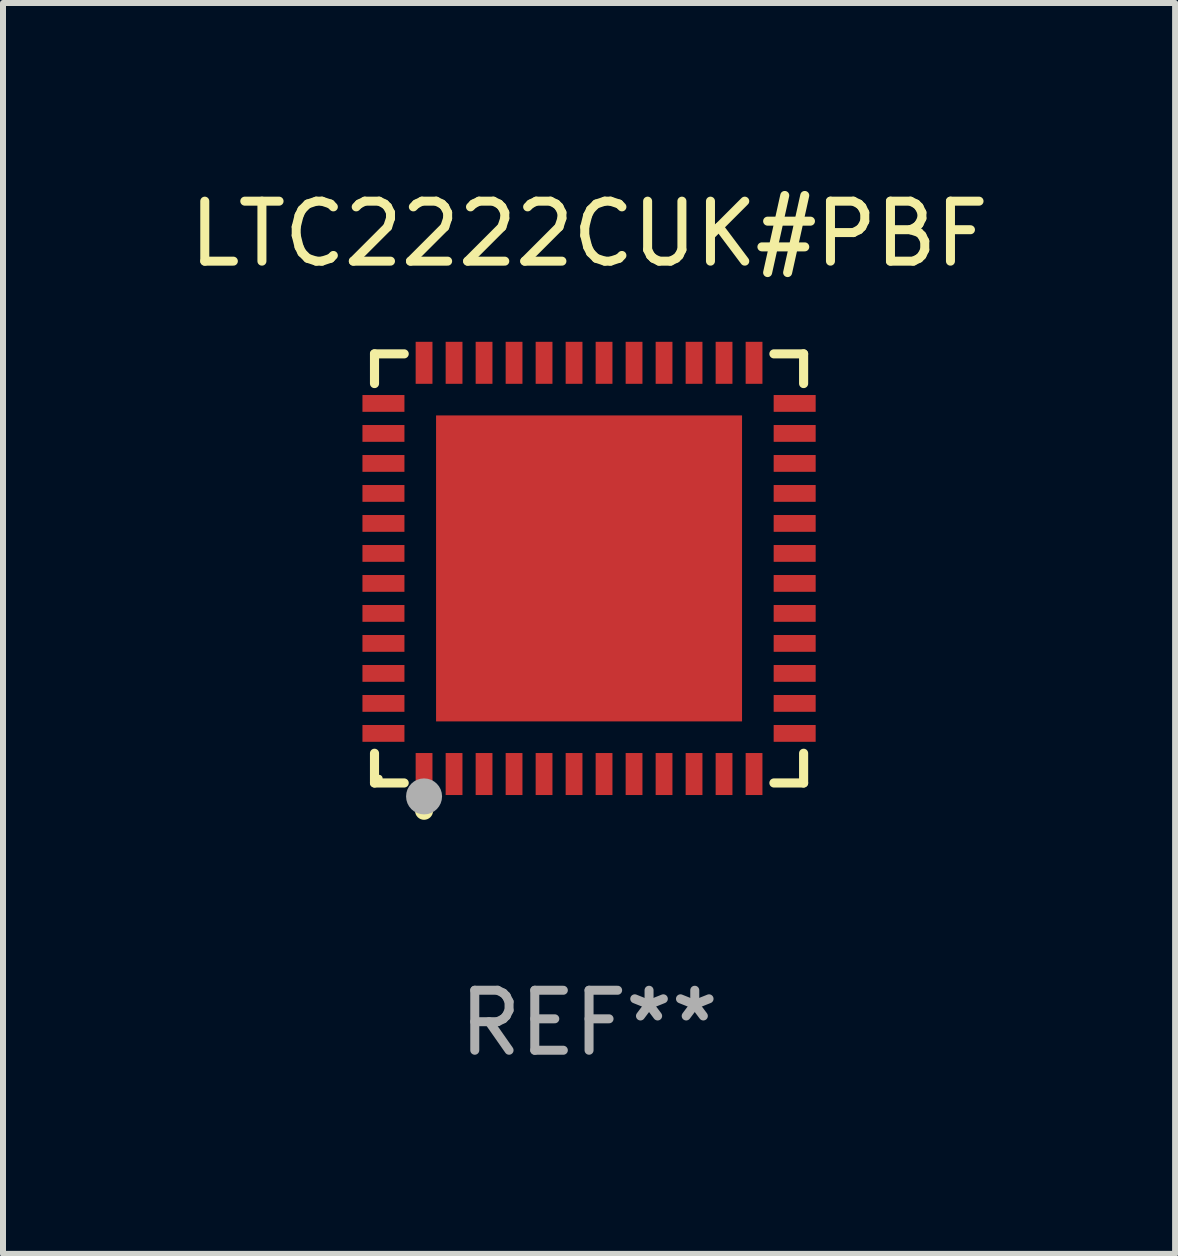
<source format=kicad_pcb>
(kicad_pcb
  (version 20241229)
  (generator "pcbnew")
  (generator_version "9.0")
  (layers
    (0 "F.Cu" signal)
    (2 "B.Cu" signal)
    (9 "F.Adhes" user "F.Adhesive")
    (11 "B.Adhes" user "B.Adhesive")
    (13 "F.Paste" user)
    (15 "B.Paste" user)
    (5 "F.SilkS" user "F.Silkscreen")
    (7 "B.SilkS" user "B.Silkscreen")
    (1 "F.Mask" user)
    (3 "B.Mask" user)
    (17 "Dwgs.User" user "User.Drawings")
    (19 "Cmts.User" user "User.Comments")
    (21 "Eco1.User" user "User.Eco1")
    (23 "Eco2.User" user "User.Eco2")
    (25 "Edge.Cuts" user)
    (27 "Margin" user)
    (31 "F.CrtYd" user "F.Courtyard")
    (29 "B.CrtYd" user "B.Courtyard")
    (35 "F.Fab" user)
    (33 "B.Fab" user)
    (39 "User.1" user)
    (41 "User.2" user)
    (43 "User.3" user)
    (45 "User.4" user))
  (footprint "LTC2222CUK#PBF"
    (layer "F.Cu")
    (at 6.768 6.424)
    (property "Reference" "LTC2222CUK#PBF" (at 0 -5.576 0) (layer "F.SilkS") (effects (font (size 1 1) (thickness 0.15))))
    (attr through_hole)
    (fp_line (start -3.576 -3.576) (end -3.081 -3.576) (stroke (width 0.152) (type solid)) (layer "F.SilkS"))
    (fp_line (start -3.576 -3.081) (end -3.576 -3.576) (stroke (width 0.152) (type solid)) (layer "F.SilkS"))
    (fp_line (start -3.576 3.081) (end -3.576 3.576) (stroke (width 0.152) (type solid)) (layer "F.SilkS"))
    (fp_line (start -3.576 3.576) (end -3.081 3.576) (stroke (width 0.152) (type solid)) (layer "F.SilkS"))
    (fp_line (start 3.576 -3.576) (end 3.081 -3.576) (stroke (width 0.152) (type solid)) (layer "F.SilkS"))
    (fp_line (start 3.576 -3.081) (end 3.576 -3.576) (stroke (width 0.152) (type solid)) (layer "F.SilkS"))
    (fp_line (start 3.576 3.081) (end 3.576 3.576) (stroke (width 0.152) (type solid)) (layer "F.SilkS"))
    (fp_line (start 3.576 3.576) (end 3.081 3.576) (stroke (width 0.152) (type solid)) (layer "F.SilkS"))
    (fp_circle (center -3.5 3.5) (end -3.47 3.5) (stroke (width 0.06) (type solid)) (fill no) (layer "F.SilkS"))
    (fp_circle (center -2.75 4.04) (end -2.675 4.04) (stroke (width 0.15) (type solid)) (fill no) (layer "F.SilkS"))
    (fp_circle (center -2.75 3.8) (end -2.6 3.8) (stroke (width 0.3) (type solid)) (fill no) (layer "F.Fab"))
    (fp_text user "REF**" (at 0 7.576 0) (layer "F.Fab") (effects (font (size 1 1) (thickness 0.15))))
    (pad "1" smd rect (at -2.75 3.427) (size 0.28 0.7) (layers "F.Cu" "F.Mask" "F.Paste"))
    (pad "2" smd rect (at -2.25 3.427) (size 0.28 0.7) (layers "F.Cu" "F.Mask" "F.Paste"))
    (pad "3" smd rect (at -1.75 3.427) (size 0.28 0.7) (layers "F.Cu" "F.Mask" "F.Paste"))
    (pad "4" smd rect (at -1.25 3.427) (size 0.28 0.7) (layers "F.Cu" "F.Mask" "F.Paste"))
    (pad "5" smd rect (at -0.75 3.427) (size 0.28 0.7) (layers "F.Cu" "F.Mask" "F.Paste"))
    (pad "6" smd rect (at -0.25 3.427) (size 0.28 0.7) (layers "F.Cu" "F.Mask" "F.Paste"))
    (pad "7" smd rect (at 0.25 3.427) (size 0.28 0.7) (layers "F.Cu" "F.Mask" "F.Paste"))
    (pad "8" smd rect (at 0.75 3.427) (size 0.28 0.7) (layers "F.Cu" "F.Mask" "F.Paste"))
    (pad "9" smd rect (at 1.25 3.427) (size 0.28 0.7) (layers "F.Cu" "F.Mask" "F.Paste"))
    (pad "10" smd rect (at 1.75 3.427) (size 0.28 0.7) (layers "F.Cu" "F.Mask" "F.Paste"))
    (pad "11" smd rect (at 2.25 3.427) (size 0.28 0.7) (layers "F.Cu" "F.Mask" "F.Paste"))
    (pad "12" smd rect (at 2.75 3.427) (size 0.28 0.7) (layers "F.Cu" "F.Mask" "F.Paste"))
    (pad "13" smd rect (at 3.427 2.75) (size 0.7 0.28) (layers "F.Cu" "F.Mask" "F.Paste"))
    (pad "14" smd rect (at 3.427 2.25) (size 0.7 0.28) (layers "F.Cu" "F.Mask" "F.Paste"))
    (pad "15" smd rect (at 3.427 1.75) (size 0.7 0.28) (layers "F.Cu" "F.Mask" "F.Paste"))
    (pad "16" smd rect (at 3.427 1.25) (size 0.7 0.28) (layers "F.Cu" "F.Mask" "F.Paste"))
    (pad "17" smd rect (at 3.427 0.75) (size 0.7 0.28) (layers "F.Cu" "F.Mask" "F.Paste"))
    (pad "18" smd rect (at 3.427 0.25) (size 0.7 0.28) (layers "F.Cu" "F.Mask" "F.Paste"))
    (pad "19" smd rect (at 3.427 -0.25) (size 0.7 0.28) (layers "F.Cu" "F.Mask" "F.Paste"))
    (pad "20" smd rect (at 3.427 -0.75) (size 0.7 0.28) (layers "F.Cu" "F.Mask" "F.Paste"))
    (pad "21" smd rect (at 3.427 -1.25) (size 0.7 0.28) (layers "F.Cu" "F.Mask" "F.Paste"))
    (pad "22" smd rect (at 3.427 -1.75) (size 0.7 0.28) (layers "F.Cu" "F.Mask" "F.Paste"))
    (pad "23" smd rect (at 3.427 -2.25) (size 0.7 0.28) (layers "F.Cu" "F.Mask" "F.Paste"))
    (pad "24" smd rect (at 3.427 -2.75) (size 0.7 0.28) (layers "F.Cu" "F.Mask" "F.Paste"))
    (pad "25" smd rect (at 2.75 -3.427) (size 0.28 0.7) (layers "F.Cu" "F.Mask" "F.Paste"))
    (pad "26" smd rect (at 2.25 -3.427) (size 0.28 0.7) (layers "F.Cu" "F.Mask" "F.Paste"))
    (pad "27" smd rect (at 1.75 -3.427) (size 0.28 0.7) (layers "F.Cu" "F.Mask" "F.Paste"))
    (pad "28" smd rect (at 1.25 -3.427) (size 0.28 0.7) (layers "F.Cu" "F.Mask" "F.Paste"))
    (pad "29" smd rect (at 0.75 -3.427) (size 0.28 0.7) (layers "F.Cu" "F.Mask" "F.Paste"))
    (pad "30" smd rect (at 0.25 -3.427) (size 0.28 0.7) (layers "F.Cu" "F.Mask" "F.Paste"))
    (pad "31" smd rect (at -0.25 -3.427) (size 0.28 0.7) (layers "F.Cu" "F.Mask" "F.Paste"))
    (pad "32" smd rect (at -0.75 -3.427) (size 0.28 0.7) (layers "F.Cu" "F.Mask" "F.Paste"))
    (pad "33" smd rect (at -1.25 -3.427) (size 0.28 0.7) (layers "F.Cu" "F.Mask" "F.Paste"))
    (pad "34" smd rect (at -1.75 -3.427) (size 0.28 0.7) (layers "F.Cu" "F.Mask" "F.Paste"))
    (pad "35" smd rect (at -2.25 -3.427) (size 0.28 0.7) (layers "F.Cu" "F.Mask" "F.Paste"))
    (pad "36" smd rect (at -2.75 -3.427) (size 0.28 0.7) (layers "F.Cu" "F.Mask" "F.Paste"))
    (pad "37" smd rect (at -3.427 -2.75) (size 0.7 0.28) (layers "F.Cu" "F.Mask" "F.Paste"))
    (pad "38" smd rect (at -3.427 -2.25) (size 0.7 0.28) (layers "F.Cu" "F.Mask" "F.Paste"))
    (pad "39" smd rect (at -3.427 -1.75) (size 0.7 0.28) (layers "F.Cu" "F.Mask" "F.Paste"))
    (pad "40" smd rect (at -3.427 -1.25) (size 0.7 0.28) (layers "F.Cu" "F.Mask" "F.Paste"))
    (pad "41" smd rect (at -3.427 -0.75) (size 0.7 0.28) (layers "F.Cu" "F.Mask" "F.Paste"))
    (pad "42" smd rect (at -3.427 -0.25) (size 0.7 0.28) (layers "F.Cu" "F.Mask" "F.Paste"))
    (pad "43" smd rect (at -3.427 0.25) (size 0.7 0.28) (layers "F.Cu" "F.Mask" "F.Paste"))
    (pad "44" smd rect (at -3.427 0.75) (size 0.7 0.28) (layers "F.Cu" "F.Mask" "F.Paste"))
    (pad "45" smd rect (at -3.427 1.25) (size 0.7 0.28) (layers "F.Cu" "F.Mask" "F.Paste"))
    (pad "46" smd rect (at -3.427 1.75) (size 0.7 0.28) (layers "F.Cu" "F.Mask" "F.Paste"))
    (pad "47" smd rect (at -3.427 2.25) (size 0.7 0.28) (layers "F.Cu" "F.Mask" "F.Paste"))
    (pad "48" smd rect (at -3.427 2.75) (size 0.7 0.28) (layers "F.Cu" "F.Mask" "F.Paste"))
    (pad "49" smd rect (at 0 0) (size 5.1 5.1) (layers "F.Cu" "F.Mask" "F.Paste")))
  (gr_rect
    (start -3 -3)
    (end 16.536 17.849)
    (stroke (width 0.1) (type default))
    (fill no)
    (layer "Edge.Cuts")))
</source>
